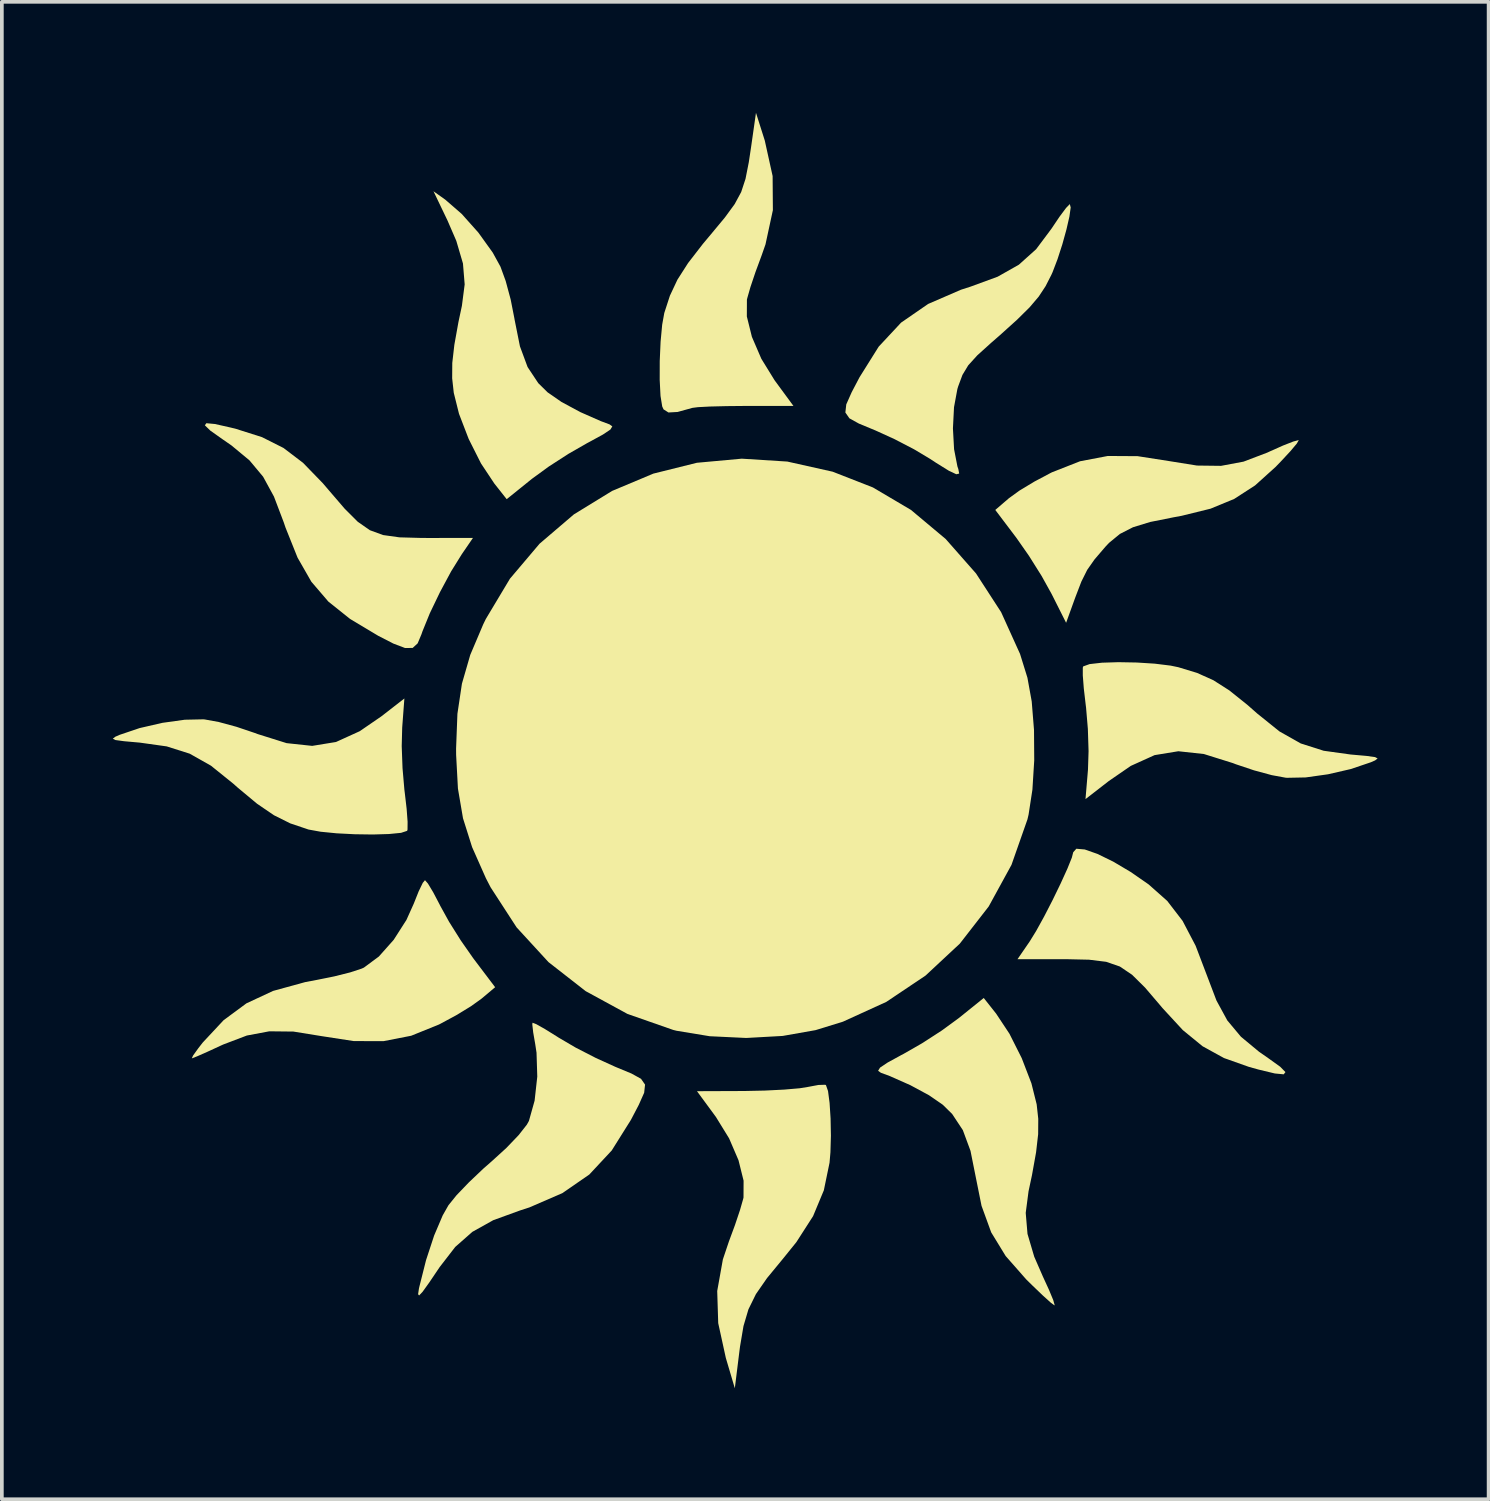
<source format=kicad_pcb>
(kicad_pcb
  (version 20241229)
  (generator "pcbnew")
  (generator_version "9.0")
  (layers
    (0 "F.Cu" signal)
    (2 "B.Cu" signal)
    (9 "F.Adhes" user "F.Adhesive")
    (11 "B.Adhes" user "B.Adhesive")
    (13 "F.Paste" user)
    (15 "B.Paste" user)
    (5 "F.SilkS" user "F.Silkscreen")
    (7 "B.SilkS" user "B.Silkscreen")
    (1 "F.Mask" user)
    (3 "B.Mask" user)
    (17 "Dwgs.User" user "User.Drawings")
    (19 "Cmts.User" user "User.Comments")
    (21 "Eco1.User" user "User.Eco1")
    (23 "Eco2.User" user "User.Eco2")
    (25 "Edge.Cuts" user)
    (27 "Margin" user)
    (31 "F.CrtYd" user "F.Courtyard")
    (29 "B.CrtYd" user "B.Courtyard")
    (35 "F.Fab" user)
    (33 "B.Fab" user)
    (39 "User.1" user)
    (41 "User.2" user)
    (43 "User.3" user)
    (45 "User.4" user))
  (footprint "Sol"
    (layer "F.Cu")
    (at 17.098 17.134)
    (property "Reference" "Sol" (at 0 0 0) (layer "F.SilkS") (effects (font (size 1.5 1.5) (thickness 0.3))))
    (attr board_only exclude_from_pos_files exclude_from_bom)
    (fp_poly (pts (xy 2.183 9.153) (xy 2.239 9.314) (xy 2.281 9.635) (xy 2.308 10.057) (xy 2.317 10.522) (xy 2.304 10.97) (xy 2.28 11.251) (xy 2.126 11.997) (xy 1.835 12.696) (xy 1.383 13.399) (xy 1.019 13.85) (xy 0.59 14.371) (xy 0.289 14.805) (xy 0.087 15.216) (xy -0.047 15.669) (xy -0.141 16.226) (xy -0.159 16.366) (xy -0.281 17.35) (xy -0.524 16.53) (xy -0.73 15.589) (xy -0.757 14.72) (xy -0.604 13.866) (xy -0.441 13.381) (xy -0.277 12.937) (xy -0.14 12.528) (xy -0.055 12.231) (xy -0.046 12.192) (xy -0.044 11.737) (xy -0.181 11.186) (xy -0.436 10.593) (xy -0.792 10.015) (xy -0.816 9.982) (xy -1.304 9.318) (xy -0.023 9.313) (xy 0.534 9.301) (xy 1.053 9.275) (xy 1.471 9.239) (xy 1.694 9.203) (xy 1.978 9.15) (xy 2.16 9.144)) (stroke (width 0) (type solid)) (fill yes) (layer "F.SilkS"))
    (fp_poly (pts (xy -14.335 -8.72) (xy -13.901 -8.622) (xy -13.756 -8.585) (xy -13.064 -8.365) (xy -12.484 -8.073) (xy -11.955 -7.671) (xy -11.418 -7.117) (xy -11.255 -6.926) (xy -10.826 -6.427) (xy -10.475 -6.077) (xy -10.148 -5.849) (xy -9.79 -5.718) (xy -9.348 -5.656) (xy -8.767 -5.64) (xy -8.58 -5.639) (xy -7.361 -5.64) (xy -7.662 -5.201) (xy -7.951 -4.736) (xy -8.253 -4.174) (xy -8.527 -3.604) (xy -8.727 -3.112) (xy -8.752 -3.038) (xy -8.856 -2.79) (xy -8.991 -2.666) (xy -9.197 -2.664) (xy -9.513 -2.784) (xy -9.925 -2.996) (xy -10.682 -3.449) (xy -11.27 -3.919) (xy -11.73 -4.456) (xy -12.103 -5.107) (xy -12.429 -5.921) (xy -12.477 -6.063) (xy -12.741 -6.758) (xy -13.034 -7.295) (xy -13.402 -7.736) (xy -13.89 -8.141) (xy -14.137 -8.312) (xy -14.463 -8.543) (xy -14.609 -8.685) (xy -14.569 -8.742)) (stroke (width 0) (type solid)) (fill yes) (layer "F.SilkS"))
    (fp_poly (pts (xy -8.108 -14.785) (xy -7.665 -14.4) (xy -7.215 -13.896) (xy -6.827 -13.356) (xy -6.617 -12.974) (xy -6.476 -12.587) (xy -6.341 -12.086) (xy -6.241 -11.577) (xy -6.237 -11.551) (xy -6.091 -10.821) (xy -5.884 -10.261) (xy -5.595 -9.825) (xy -5.342 -9.576) (xy -4.968 -9.317) (xy -4.462 -9.044) (xy -3.904 -8.798) (xy -3.668 -8.71) (xy -3.593 -8.656) (xy -3.645 -8.571) (xy -3.846 -8.436) (xy -4.22 -8.232) (xy -4.28 -8.2) (xy -4.782 -7.912) (xy -5.314 -7.568) (xy -5.764 -7.24) (xy -5.78 -7.227) (xy -6.449 -6.688) (xy -6.783 -7.111) (xy -7.144 -7.655) (xy -7.476 -8.315) (xy -7.738 -8.996) (xy -7.88 -9.565) (xy -7.923 -9.956) (xy -7.92 -10.371) (xy -7.864 -10.861) (xy -7.753 -11.478) (xy -7.66 -11.915) (xy -7.585 -12.495) (xy -7.631 -13.06) (xy -7.811 -13.672) (xy -8.05 -14.224) (xy -8.428 -15.013)) (stroke (width 0) (type solid)) (fill yes) (layer "F.SilkS"))
    (fp_poly (pts (xy 0.529 -16.384) (xy 0.741 -15.424) (xy 0.748 -14.502) (xy 0.548 -13.576) (xy 0.441 -13.271) (xy 0.277 -12.827) (xy 0.14 -12.419) (xy 0.055 -12.121) (xy 0.046 -12.083) (xy 0.044 -11.628) (xy 0.181 -11.076) (xy 0.436 -10.484) (xy 0.792 -9.906) (xy 0.816 -9.873) (xy 1.304 -9.209) (xy 0.02 -9.209) (xy -0.501 -9.204) (xy -0.95 -9.193) (xy -1.276 -9.176) (xy -1.426 -9.157) (xy -1.828 -9.046) (xy -2.075 -9.032) (xy -2.208 -9.116) (xy -2.244 -9.195) (xy -2.29 -9.479) (xy -2.312 -9.912) (xy -2.311 -10.423) (xy -2.288 -10.945) (xy -2.245 -11.406) (xy -2.188 -11.722) (xy -2.036 -12.19) (xy -1.833 -12.622) (xy -1.545 -13.072) (xy -1.142 -13.593) (xy -0.929 -13.847) (xy -0.548 -14.306) (xy -0.285 -14.666) (xy -0.109 -14.992) (xy 0.008 -15.348) (xy 0.097 -15.798) (xy 0.158 -16.203) (xy 0.291 -17.134)) (stroke (width 0) (type solid)) (fill yes) (layer "F.SilkS"))
    (fp_poly (pts (xy 9.181 2.783) (xy 9.523 2.903) (xy 9.947 3.11) (xy 10.42 3.39) (xy 10.905 3.726) (xy 11.41 4.174) (xy 11.825 4.713) (xy 12.178 5.387) (xy 12.477 6.173) (xy 12.741 6.867) (xy 13.034 7.405) (xy 13.402 7.845) (xy 13.89 8.25) (xy 14.137 8.422) (xy 14.463 8.656) (xy 14.606 8.802) (xy 14.559 8.862) (xy 14.319 8.839) (xy 13.882 8.734) (xy 13.619 8.661) (xy 12.942 8.421) (xy 12.365 8.103) (xy 11.831 7.666) (xy 11.28 7.069) (xy 11.232 7.011) (xy 10.809 6.516) (xy 10.459 6.17) (xy 10.128 5.947) (xy 9.759 5.82) (xy 9.296 5.763) (xy 8.683 5.749) (xy 8.58 5.749) (xy 7.361 5.75) (xy 7.688 5.275) (xy 7.865 4.988) (xy 8.081 4.597) (xy 8.31 4.152) (xy 8.527 3.705) (xy 8.709 3.305) (xy 8.831 3.003) (xy 8.868 2.858) (xy 8.952 2.763)) (stroke (width 0) (type solid)) (fill yes) (layer "F.SilkS"))
    (fp_poly (pts (xy 14.965 -8.282) (xy 14.913 -8.191) (xy 14.738 -7.983) (xy 14.472 -7.697) (xy 14.337 -7.558) (xy 13.785 -7.06) (xy 13.221 -6.695) (xy 12.581 -6.431) (xy 11.802 -6.239) (xy 11.586 -6.199) (xy 10.951 -6.072) (xy 10.484 -5.929) (xy 10.13 -5.748) (xy 9.837 -5.507) (xy 9.738 -5.402) (xy 9.445 -5.06) (xy 9.246 -4.776) (xy 9.088 -4.459) (xy 8.922 -4.026) (xy 8.676 -3.346) (xy 8.284 -4.125) (xy 8.013 -4.613) (xy 7.673 -5.154) (xy 7.337 -5.635) (xy 7.326 -5.65) (xy 6.761 -6.397) (xy 7.13 -6.714) (xy 7.413 -6.919) (xy 7.815 -7.162) (xy 8.252 -7.394) (xy 8.294 -7.415) (xy 9.052 -7.713) (xy 9.803 -7.856) (xy 10.608 -7.851) (xy 11.448 -7.72) (xy 12.215 -7.597) (xy 12.865 -7.589) (xy 13.473 -7.703) (xy 14.112 -7.946) (xy 14.179 -7.977) (xy 14.54 -8.138) (xy 14.818 -8.247) (xy 14.958 -8.284)) (stroke (width 0) (type solid)) (fill yes) (layer "F.SilkS"))
    (fp_poly (pts (xy 6.783 7.22) (xy 7.144 7.765) (xy 7.476 8.425) (xy 7.738 9.106) (xy 7.88 9.674) (xy 7.923 10.066) (xy 7.92 10.48) (xy 7.864 10.97) (xy 7.753 11.588) (xy 7.66 12.025) (xy 7.584 12.608) (xy 7.632 13.177) (xy 7.814 13.793) (xy 8.047 14.327) (xy 8.214 14.691) (xy 8.327 14.964) (xy 8.366 15.101) (xy 8.361 15.109) (xy 8.262 15.036) (xy 8.047 14.842) (xy 7.755 14.562) (xy 7.596 14.405) (xy 7.042 13.775) (xy 6.651 13.136) (xy 6.389 12.416) (xy 6.237 11.66) (xy 6.091 10.931) (xy 5.884 10.371) (xy 5.595 9.934) (xy 5.342 9.685) (xy 4.968 9.427) (xy 4.462 9.154) (xy 3.904 8.907) (xy 3.668 8.82) (xy 3.593 8.766) (xy 3.645 8.681) (xy 3.846 8.546) (xy 4.22 8.341) (xy 4.28 8.31) (xy 4.782 8.022) (xy 5.314 7.678) (xy 5.764 7.349) (xy 5.78 7.337) (xy 6.449 6.798)) (stroke (width 0) (type solid)) (fill yes) (layer "F.SilkS"))
    (fp_poly (pts (xy 10.583 -2.272) (xy 11.072 -2.241) (xy 11.502 -2.188) (xy 11.709 -2.145) (xy 12.216 -1.991) (xy 12.656 -1.794) (xy 13.09 -1.517) (xy 13.578 -1.126) (xy 13.841 -0.894) (xy 14.444 -0.409) (xy 15.019 -0.084) (xy 15.64 0.114) (xy 16.367 0.215) (xy 16.793 0.253) (xy 17.028 0.285) (xy 17.098 0.322) (xy 17.031 0.374) (xy 16.915 0.425) (xy 16.374 0.608) (xy 15.757 0.75) (xy 15.153 0.835) (xy 14.65 0.845) (xy 14.609 0.842) (xy 14.235 0.773) (xy 13.755 0.643) (xy 13.263 0.478) (xy 13.186 0.448) (xy 12.4 0.202) (xy 11.71 0.127) (xy 11.068 0.232) (xy 10.425 0.523) (xy 9.828 0.934) (xy 9.2 1.421) (xy 9.267 0.627) (xy 9.283 0.124) (xy 9.264 -0.476) (xy 9.215 -1.056) (xy 9.205 -1.135) (xy 9.154 -1.573) (xy 9.127 -1.923) (xy 9.127 -2.132) (xy 9.138 -2.167) (xy 9.311 -2.229) (xy 9.647 -2.267) (xy 10.089 -2.281)) (stroke (width 0) (type solid)) (fill yes) (layer "F.SilkS"))
    (fp_poly (pts (xy -9.274 -0.512) (xy -9.287 -0.012) (xy -9.265 0.586) (xy -9.215 1.165) (xy -9.205 1.245) (xy -9.154 1.683) (xy -9.128 2.033) (xy -9.13 2.244) (xy -9.14 2.279) (xy -9.304 2.333) (xy -9.631 2.365) (xy -10.067 2.378) (xy -10.557 2.371) (xy -11.046 2.346) (xy -11.48 2.303) (xy -11.805 2.244) (xy -11.815 2.241) (xy -12.301 2.077) (xy -12.742 1.857) (xy -13.198 1.546) (xy -13.724 1.108) (xy -13.841 1.004) (xy -14.444 0.518) (xy -15.019 0.193) (xy -15.64 -0.004) (xy -16.367 -0.106) (xy -16.793 -0.144) (xy -17.028 -0.176) (xy -17.098 -0.213) (xy -17.031 -0.265) (xy -16.915 -0.316) (xy -16.374 -0.499) (xy -15.757 -0.641) (xy -15.153 -0.725) (xy -14.65 -0.736) (xy -14.609 -0.732) (xy -14.235 -0.664) (xy -13.755 -0.534) (xy -13.263 -0.368) (xy -13.186 -0.339) (xy -12.399 -0.092) (xy -11.707 -0.018) (xy -11.064 -0.123) (xy -10.422 -0.415) (xy -9.835 -0.818) (xy -9.215 -1.3)) (stroke (width 0) (type solid)) (fill yes) (layer "F.SilkS"))
    (fp_poly (pts (xy -8.578 3.704) (xy -8.435 3.942) (xy -8.258 4.279) (xy -8.246 4.304) (xy -8.006 4.739) (xy -7.69 5.242) (xy -7.364 5.709) (xy -7.333 5.751) (xy -6.761 6.507) (xy -7.13 6.817) (xy -7.414 7.021) (xy -7.814 7.265) (xy -8.248 7.499) (xy -8.284 7.517) (xy -9.031 7.819) (xy -9.779 7.965) (xy -10.585 7.963) (xy -11.448 7.83) (xy -12.216 7.706) (xy -12.867 7.699) (xy -13.474 7.813) (xy -14.113 8.056) (xy -14.175 8.084) (xy -14.537 8.251) (xy -14.815 8.374) (xy -14.956 8.429) (xy -14.962 8.43) (xy -14.928 8.354) (xy -14.789 8.16) (xy -14.666 8.002) (xy -14.102 7.398) (xy -13.484 6.942) (xy -12.765 6.607) (xy -11.898 6.369) (xy -11.586 6.31) (xy -11.11 6.214) (xy -10.68 6.106) (xy -10.37 6.004) (xy -10.31 5.977) (xy -9.905 5.677) (xy -9.504 5.226) (xy -9.159 4.687) (xy -8.961 4.247) (xy -8.829 3.916) (xy -8.718 3.686) (xy -8.658 3.613)) (stroke (width 0) (type solid)) (fill yes) (layer "F.SilkS"))
    (fp_poly (pts (xy -5.651 7.505) (xy -5.415 7.638) (xy -5.093 7.838) (xy -5.037 7.874) (xy -4.585 8.139) (xy -4.04 8.419) (xy -3.517 8.657) (xy -3.491 8.668) (xy -3.074 8.841) (xy -2.817 8.983) (xy -2.708 9.14) (xy -2.732 9.36) (xy -2.878 9.688) (xy -3.091 10.095) (xy -3.609 10.921) (xy -4.215 11.571) (xy -4.945 12.075) (xy -5.834 12.46) (xy -6.089 12.543) (xy -6.813 12.806) (xy -7.377 13.121) (xy -7.84 13.529) (xy -8.259 14.071) (xy -8.264 14.078) (xy -8.544 14.493) (xy -8.723 14.742) (xy -8.817 14.841) (xy -8.844 14.807) (xy -8.822 14.658) (xy -8.813 14.616) (xy -8.629 13.885) (xy -8.41 13.219) (xy -8.178 12.674) (xy -8.023 12.401) (xy -7.805 12.131) (xy -7.47 11.782) (xy -7.076 11.408) (xy -6.859 11.218) (xy -6.458 10.853) (xy -6.125 10.505) (xy -5.903 10.222) (xy -5.848 10.123) (xy -5.694 9.574) (xy -5.622 8.924) (xy -5.642 8.279) (xy -5.677 8.047) (xy -5.732 7.73) (xy -5.756 7.516) (xy -5.751 7.467)) (stroke (width 0) (type solid)) (fill yes) (layer "F.SilkS"))
    (fp_poly (pts (xy 1.138 -7.705) (xy 2.364 -7.431) (xy 3.453 -7.005) (xy 4.482 -6.397) (xy 5.419 -5.612) (xy 6.24 -4.68) (xy 6.919 -3.633) (xy 7.431 -2.502) (xy 7.63 -1.861) (xy 7.746 -1.22) (xy 7.808 -0.448) (xy 7.814 0.373) (xy 7.765 1.164) (xy 7.661 1.841) (xy 7.63 1.971) (xy 7.199 3.199) (xy 6.583 4.324) (xy 5.802 5.329) (xy 4.873 6.194) (xy 3.814 6.904) (xy 2.642 7.439) (xy 1.903 7.667) (xy 1.013 7.824) (xy 0.028 7.879) (xy -0.96 7.832) (xy -1.858 7.684) (xy -1.946 7.662) (xy -3.184 7.229) (xy -4.314 6.613) (xy -5.319 5.828) (xy -6.181 4.889) (xy -6.883 3.807) (xy -7.012 3.558) (xy -7.384 2.719) (xy -7.63 1.94) (xy -7.767 1.137) (xy -7.816 0.224) (xy -7.817 0.055) (xy -7.781 -0.885) (xy -7.659 -1.7) (xy -7.434 -2.478) (xy -7.084 -3.303) (xy -7.013 -3.449) (xy -6.361 -4.538) (xy -5.56 -5.484) (xy -4.632 -6.277) (xy -3.599 -6.911) (xy -2.484 -7.379) (xy -1.308 -7.672) (xy -0.093 -7.783)) (stroke (width 0) (type solid)) (fill yes) (layer "F.SilkS"))
    (fp_poly (pts (xy 8.8 -14.575) (xy 8.765 -14.329) (xy 8.685 -13.98) (xy 8.574 -13.579) (xy 8.444 -13.177) (xy 8.31 -12.826) (xy 8.278 -12.755) (xy 8.121 -12.447) (xy 7.936 -12.166) (xy 7.689 -11.875) (xy 7.348 -11.538) (xy 6.881 -11.117) (xy 6.649 -10.915) (xy 6.274 -10.576) (xy 6.03 -10.307) (xy 5.873 -10.047) (xy 5.757 -9.735) (xy 5.736 -9.665) (xy 5.645 -9.174) (xy 5.616 -8.601) (xy 5.647 -8.037) (xy 5.737 -7.574) (xy 5.762 -7.501) (xy 5.785 -7.38) (xy 5.707 -7.362) (xy 5.505 -7.457) (xy 5.159 -7.672) (xy 4.996 -7.779) (xy 4.566 -8.036) (xy 4.039 -8.31) (xy 3.524 -8.545) (xy 3.49 -8.559) (xy 3.073 -8.732) (xy 2.817 -8.874) (xy 2.708 -9.031) (xy 2.732 -9.25) (xy 2.878 -9.579) (xy 3.091 -9.985) (xy 3.609 -10.812) (xy 4.215 -11.462) (xy 4.945 -11.966) (xy 5.834 -12.351) (xy 6.089 -12.433) (xy 6.825 -12.703) (xy 7.398 -13.027) (xy 7.865 -13.446) (xy 8.278 -13.998) (xy 8.496 -14.322) (xy 8.673 -14.56) (xy 8.772 -14.663) (xy 8.776 -14.665)) (stroke (width 0) (type solid)) (fill yes) (layer "F.SilkS")))
  (gr_rect
    (start -3 -3)
    (end 37.197 37.484)
    (stroke (width 0.1) (type default))
    (fill no)
    (layer "Edge.Cuts")))
</source>
